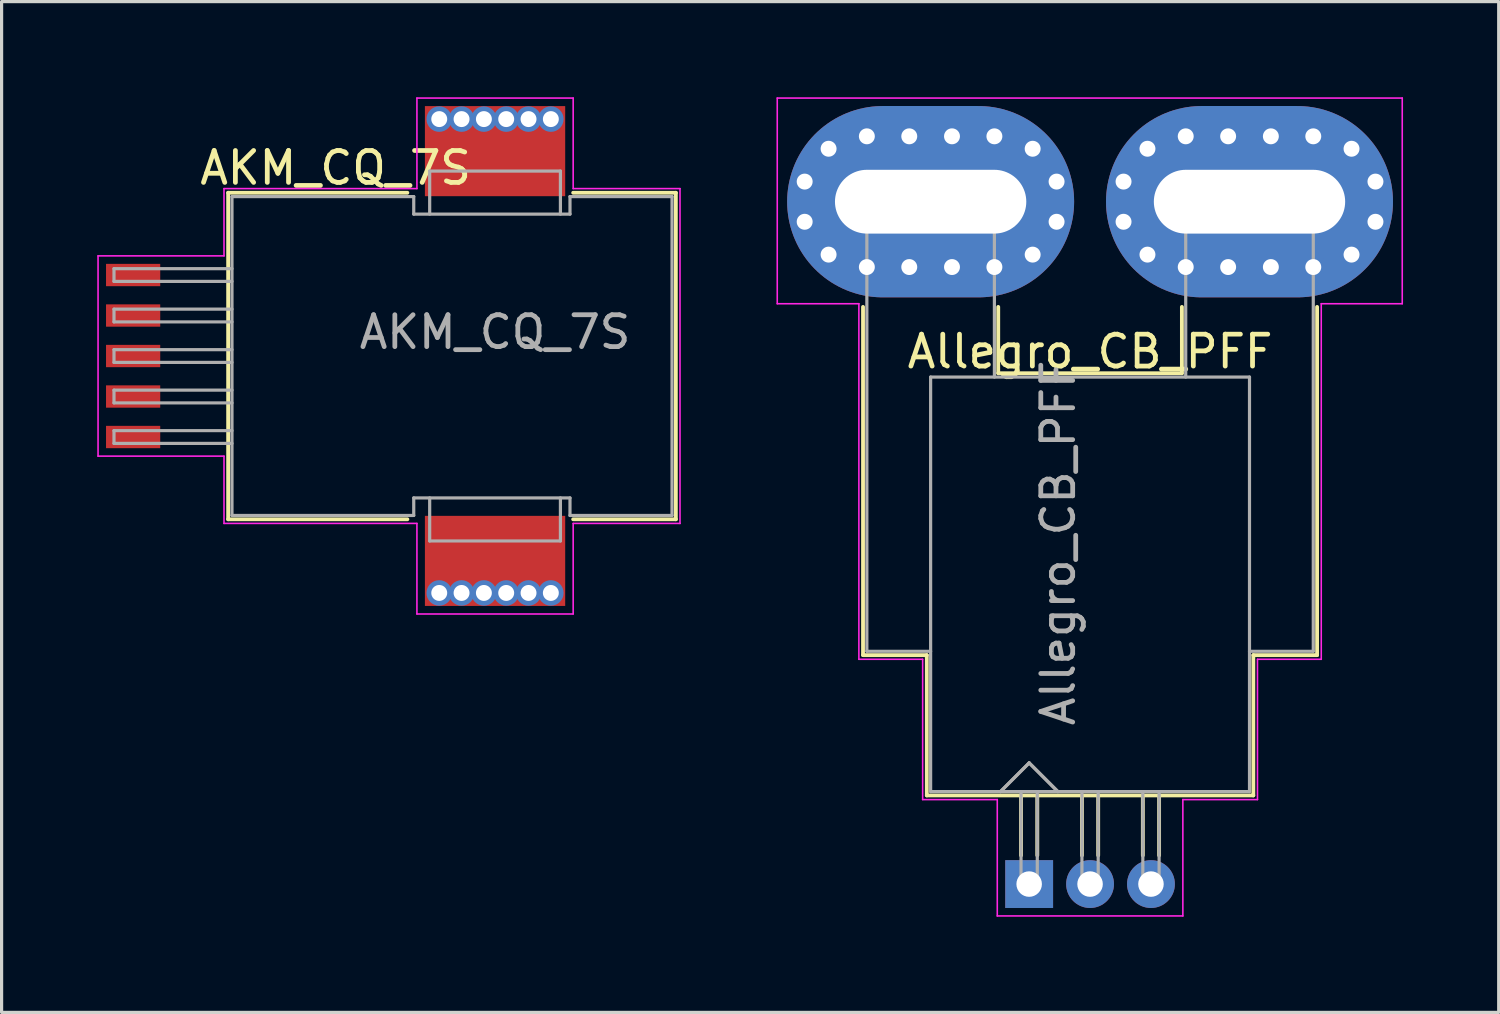
<source format=kicad_pcb>
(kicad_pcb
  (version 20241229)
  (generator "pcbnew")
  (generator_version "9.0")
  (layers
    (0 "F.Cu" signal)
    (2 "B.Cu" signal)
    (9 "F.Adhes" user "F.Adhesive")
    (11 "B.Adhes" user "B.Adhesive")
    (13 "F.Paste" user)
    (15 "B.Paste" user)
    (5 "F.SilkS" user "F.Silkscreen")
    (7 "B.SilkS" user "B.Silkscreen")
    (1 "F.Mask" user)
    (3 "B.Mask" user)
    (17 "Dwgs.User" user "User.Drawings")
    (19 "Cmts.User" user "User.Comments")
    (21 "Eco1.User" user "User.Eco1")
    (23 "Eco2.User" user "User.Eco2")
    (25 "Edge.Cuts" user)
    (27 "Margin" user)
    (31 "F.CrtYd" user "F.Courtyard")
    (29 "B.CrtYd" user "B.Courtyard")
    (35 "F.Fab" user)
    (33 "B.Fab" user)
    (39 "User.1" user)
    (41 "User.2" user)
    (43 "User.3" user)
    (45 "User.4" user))
  (footprint "Allegro_CB_PFF"
    (layer "F.Cu")
    (at 29.225 24.675)
    (property "Reference" "Allegro_CB_PFF" (at 1.91 -16.7 0) (layer "F.SilkS") (effects (font (size 1 1) (thickness 0.15))))
    (attr through_hole)
    (fp_line (start -5.21 -7.18) (end -5.21 -18.1) (stroke (width 0.12) (type solid)) (layer "F.SilkS"))
    (fp_line (start -3.21 -7.18) (end -5.21 -7.18) (stroke (width 0.12) (type solid)) (layer "F.SilkS"))
    (fp_line (start -3.21 -2.78) (end -3.21 -7.18) (stroke (width 0.12) (type solid)) (layer "F.SilkS"))
    (fp_line (start -0.97 -16.02) (end -0.97 -18.1) (stroke (width 0.12) (type solid)) (layer "F.SilkS"))
    (fp_line (start -0.97 -16.02) (end 4.79 -16.02) (stroke (width 0.12) (type solid)) (layer "F.SilkS"))
    (fp_line (start -0.255 -2.78) (end -0.255 -0.9) (stroke (width 0.12) (type solid)) (layer "F.SilkS"))
    (fp_line (start 0.255 -2.78) (end 0.255 -0.9) (stroke (width 0.12) (type solid)) (layer "F.SilkS"))
    (fp_line (start 1.655 -2.78) (end 1.655 -0.9) (stroke (width 0.12) (type solid)) (layer "F.SilkS"))
    (fp_line (start 2.165 -2.78) (end 2.165 -0.9) (stroke (width 0.12) (type solid)) (layer "F.SilkS"))
    (fp_line (start 3.565 -2.78) (end 3.565 -0.9) (stroke (width 0.12) (type solid)) (layer "F.SilkS"))
    (fp_line (start 4.075 -2.78) (end 4.075 -0.9) (stroke (width 0.12) (type solid)) (layer "F.SilkS"))
    (fp_line (start 4.79 -16.02) (end 4.79 -18.1) (stroke (width 0.12) (type solid)) (layer "F.SilkS"))
    (fp_line (start 7.03 -7.18) (end 9.03 -7.18) (stroke (width 0.12) (type solid)) (layer "F.SilkS"))
    (fp_line (start 7.03 -2.78) (end -3.21 -2.78) (stroke (width 0.12) (type solid)) (layer "F.SilkS"))
    (fp_line (start 7.03 -2.78) (end 7.03 -7.18) (stroke (width 0.12) (type solid)) (layer "F.SilkS"))
    (fp_line (start 9.03 -7.18) (end 9.03 -18.1) (stroke (width 0.12) (type solid)) (layer "F.SilkS"))
    (fp_line (start -7.9 -24.65) (end 11.7 -24.65) (stroke (width 0.05) (type solid)) (layer "F.CrtYd"))
    (fp_line (start -7.9 -18.2) (end -7.9 -24.65) (stroke (width 0.05) (type solid)) (layer "F.CrtYd"))
    (fp_line (start -7.9 -18.2) (end -5.34 -18.2) (stroke (width 0.05) (type solid)) (layer "F.CrtYd"))
    (fp_line (start -5.34 -7.05) (end -5.34 -18.2) (stroke (width 0.05) (type solid)) (layer "F.CrtYd"))
    (fp_line (start -3.34 -7.05) (end -5.34 -7.05) (stroke (width 0.05) (type solid)) (layer "F.CrtYd"))
    (fp_line (start -3.34 -7.05) (end -3.34 -2.65) (stroke (width 0.05) (type solid)) (layer "F.CrtYd"))
    (fp_line (start -1 -2.65) (end -3.34 -2.65) (stroke (width 0.05) (type solid)) (layer "F.CrtYd"))
    (fp_line (start -1 -2.65) (end -1 1) (stroke (width 0.05) (type solid)) (layer "F.CrtYd"))
    (fp_line (start 4.82 -2.65) (end 4.82 1) (stroke (width 0.05) (type solid)) (layer "F.CrtYd"))
    (fp_line (start 4.82 -2.65) (end 7.16 -2.65) (stroke (width 0.05) (type solid)) (layer "F.CrtYd"))
    (fp_line (start 4.82 1) (end -1 1) (stroke (width 0.05) (type solid)) (layer "F.CrtYd"))
    (fp_line (start 7.16 -7.05) (end 7.16 -2.65) (stroke (width 0.05) (type solid)) (layer "F.CrtYd"))
    (fp_line (start 7.16 -7.05) (end 9.16 -7.05) (stroke (width 0.05) (type solid)) (layer "F.CrtYd"))
    (fp_line (start 9.16 -18.2) (end 11.7 -18.2) (stroke (width 0.05) (type solid)) (layer "F.CrtYd"))
    (fp_line (start 9.16 -7.05) (end 9.16 -18.2) (stroke (width 0.05) (type solid)) (layer "F.CrtYd"))
    (fp_line (start 11.7 -24.65) (end 11.7 -18.2) (stroke (width 0.05) (type solid)) (layer "F.CrtYd"))
    (fp_line (start -5.09 -21.9) (end -1.09 -21.9) (stroke (width 0.1) (type solid)) (layer "F.Fab"))
    (fp_line (start -5.09 -7.3) (end -5.09 -21.9) (stroke (width 0.1) (type solid)) (layer "F.Fab"))
    (fp_line (start -5.09 -7.3) (end -3.09 -7.3) (stroke (width 0.1) (type solid)) (layer "F.Fab"))
    (fp_line (start -3.09 -15.9) (end -3.09 -2.9) (stroke (width 0.1) (type solid)) (layer "F.Fab"))
    (fp_line (start -3.09 -15.9) (end 6.91 -15.9) (stroke (width 0.1) (type solid)) (layer "F.Fab"))
    (fp_line (start -1.09 -15.9) (end -1.09 -21.9) (stroke (width 0.1) (type solid)) (layer "F.Fab"))
    (fp_line (start -0.9 -2.9) (end 0 -3.8) (stroke (width 0.1) (type solid)) (layer "F.Fab"))
    (fp_line (start -0.9 -2.9) (end 0 -3.8) (stroke (width 0.1) (type solid)) (layer "F.Fab"))
    (fp_line (start -0.255 -2.9) (end -0.255 0.19) (stroke (width 0.1) (type solid)) (layer "F.Fab"))
    (fp_line (start 0 -3.8) (end 0.9 -2.9) (stroke (width 0.1) (type solid)) (layer "F.Fab"))
    (fp_line (start 0 -3.8) (end 0.9 -2.9) (stroke (width 0.1) (type solid)) (layer "F.Fab"))
    (fp_line (start 0.255 -2.9) (end 0.255 0.19) (stroke (width 0.1) (type solid)) (layer "F.Fab"))
    (fp_line (start 1.655 -2.9) (end 1.655 0.19) (stroke (width 0.1) (type solid)) (layer "F.Fab"))
    (fp_line (start 2.165 -2.9) (end 2.165 0.19) (stroke (width 0.1) (type solid)) (layer "F.Fab"))
    (fp_line (start 3.565 -2.9) (end 3.565 0.19) (stroke (width 0.1) (type solid)) (layer "F.Fab"))
    (fp_line (start 4.075 -2.9) (end 4.075 0.19) (stroke (width 0.1) (type solid)) (layer "F.Fab"))
    (fp_line (start 4.91 -15.9) (end 4.91 -21.9) (stroke (width 0.1) (type solid)) (layer "F.Fab"))
    (fp_line (start 6.91 -15.9) (end 6.91 -2.9) (stroke (width 0.1) (type solid)) (layer "F.Fab"))
    (fp_line (start 6.91 -7.3) (end 8.91 -7.3) (stroke (width 0.1) (type solid)) (layer "F.Fab"))
    (fp_line (start 6.91 -2.9) (end -3.09 -2.9) (stroke (width 0.1) (type solid)) (layer "F.Fab"))
    (fp_line (start 8.91 -21.9) (end 4.91 -21.9) (stroke (width 0.1) (type solid)) (layer "F.Fab"))
    (fp_line (start 8.91 -7.3) (end 8.91 -21.9) (stroke (width 0.1) (type solid)) (layer "F.Fab"))
    (fp_text user "${REFERENCE}" (at 0.91 -10.7 90) (layer "F.Fab") (effects (font (size 1 1) (thickness 0.15))))
    (pad "1" thru_hole rect (at 0 0) (size 1.5 1.5) (drill 0.8) (layers "*.Cu" "*.Mask"))
    (pad "2" thru_hole circle (at 1.91 0) (size 1.5 1.5) (drill 0.8) (layers "*.Cu" "*.Mask"))
    (pad "3" thru_hole circle (at 3.82 0) (size 1.5 1.5) (drill 0.8) (layers "*.Cu" "*.Mask"))
    (pad "4" thru_hole oval (at 2.96 -22.03 65) (size 0.8 0.8) (drill 0.5) (layers "*.Cu" "*.Mask"))
    (pad "4" thru_hole oval (at 2.96 -20.77 295) (size 0.8 0.8) (drill 0.5) (layers "*.Cu" "*.Mask"))
    (pad "4" thru_hole circle (at 3.71 -23.06) (size 0.8 0.8) (drill 0.5) (layers "*.Cu" "*.Mask"))
    (pad "4" thru_hole circle (at 3.71 -19.74) (size 0.8 0.8) (drill 0.5) (layers "*.Cu" "*.Mask"))
    (pad "4" thru_hole circle (at 4.91 -23.45) (size 0.8 0.8) (drill 0.5) (layers "*.Cu" "*.Mask"))
    (pad "4" thru_hole circle (at 4.91 -19.35) (size 0.8 0.8) (drill 0.5) (layers "*.Cu" "*.Mask"))
    (pad "4" thru_hole circle (at 6.24 -23.45) (size 0.8 0.8) (drill 0.5) (layers "*.Cu" "*.Mask"))
    (pad "4" thru_hole circle (at 6.24 -19.35) (size 0.8 0.8) (drill 0.5) (layers "*.Cu" "*.Mask"))
    (pad "4" thru_hole oval (at 6.91 -21.4) (size 9 6) (drill oval 6 2) (layers "*.Cu" "*.Mask"))
    (pad "4" thru_hole circle (at 7.58 -23.45) (size 0.8 0.8) (drill 0.5) (layers "*.Cu" "*.Mask"))
    (pad "4" thru_hole circle (at 7.58 -19.35) (size 0.8 0.8) (drill 0.5) (layers "*.Cu" "*.Mask"))
    (pad "4" thru_hole circle (at 8.91 -23.45) (size 0.8 0.8) (drill 0.5) (layers "*.Cu" "*.Mask"))
    (pad "4" thru_hole circle (at 8.91 -19.35) (size 0.8 0.8) (drill 0.5) (layers "*.Cu" "*.Mask"))
    (pad "4" thru_hole circle (at 10.11 -23.06) (size 0.8 0.8) (drill 0.5) (layers "*.Cu" "*.Mask"))
    (pad "4" thru_hole circle (at 10.11 -19.74) (size 0.8 0.8) (drill 0.5) (layers "*.Cu" "*.Mask"))
    (pad "4" thru_hole circle (at 10.86 -22.03) (size 0.8 0.8) (drill 0.5) (layers "*.Cu" "*.Mask"))
    (pad "4" thru_hole circle (at 10.86 -20.77) (size 0.8 0.8) (drill 0.5) (layers "*.Cu" "*.Mask"))
    (pad "5" thru_hole circle (at -7.04 -22.03) (size 0.8 0.8) (drill 0.5) (layers "*.Cu" "*.Mask"))
    (pad "5" thru_hole circle (at -7.04 -20.77) (size 0.8 0.8) (drill 0.5) (layers "*.Cu" "*.Mask"))
    (pad "5" thru_hole circle (at -6.29 -23.06) (size 0.8 0.8) (drill 0.5) (layers "*.Cu" "*.Mask"))
    (pad "5" thru_hole circle (at -6.29 -19.74) (size 0.8 0.8) (drill 0.5) (layers "*.Cu" "*.Mask"))
    (pad "5" thru_hole circle (at -5.09 -23.45) (size 0.8 0.8) (drill 0.5) (layers "*.Cu" "*.Mask"))
    (pad "5" thru_hole circle (at -5.09 -19.35) (size 0.8 0.8) (drill 0.5) (layers "*.Cu" "*.Mask"))
    (pad "5" thru_hole circle (at -3.76 -23.45) (size 0.8 0.8) (drill 0.5) (layers "*.Cu" "*.Mask"))
    (pad "5" thru_hole circle (at -3.76 -19.35) (size 0.8 0.8) (drill 0.5) (layers "*.Cu" "*.Mask"))
    (pad "5" thru_hole oval (at -3.09 -21.4) (size 9 6) (drill oval 6 2) (layers "*.Cu" "*.Mask"))
    (pad "5" thru_hole circle (at -2.42 -23.45) (size 0.8 0.8) (drill 0.5) (layers "*.Cu" "*.Mask"))
    (pad "5" thru_hole circle (at -2.42 -19.35) (size 0.8 0.8) (drill 0.5) (layers "*.Cu" "*.Mask"))
    (pad "5" thru_hole circle (at -1.09 -23.45) (size 0.8 0.8) (drill 0.5) (layers "*.Cu" "*.Mask"))
    (pad "5" thru_hole circle (at -1.09 -19.35) (size 0.8 0.8) (drill 0.5) (layers "*.Cu" "*.Mask"))
    (pad "5" thru_hole circle (at 0.11 -23.06) (size 0.8 0.8) (drill 0.5) (layers "*.Cu" "*.Mask"))
    (pad "5" thru_hole circle (at 0.11 -19.74) (size 0.8 0.8) (drill 0.5) (layers "*.Cu" "*.Mask"))
    (pad "5" thru_hole oval (at 0.86 -22.03 295) (size 0.8 0.8) (drill 0.5) (layers "*.Cu" "*.Mask"))
    (pad "5" thru_hole oval (at 0.86 -20.77 65) (size 0.8 0.8) (drill 0.5) (layers "*.Cu" "*.Mask")))
  (footprint "AKM_CQ_7S"
    (layer "F.Cu")
    (at 7.475 8.115)
    (property "Reference" "AKM_CQ_7S" (at 0 -5.9 0) (layer "F.SilkS") (effects (font (size 1 1) (thickness 0.15))))
    (attr smd)
    (fp_line (start -3.37 -5.12) (end -3.37 5.12) (stroke (width 0.12) (type solid)) (layer "F.SilkS"))
    (fp_line (start 2.25 -5.12) (end -3.37 -5.12) (stroke (width 0.12) (type solid)) (layer "F.SilkS"))
    (fp_line (start 2.25 5.12) (end -3.37 5.12) (stroke (width 0.12) (type solid)) (layer "F.SilkS"))
    (fp_line (start 10.67 -5.12) (end 7.45 -5.12) (stroke (width 0.12) (type solid)) (layer "F.SilkS"))
    (fp_line (start 10.67 5.12) (end 7.45 5.12) (stroke (width 0.12) (type solid)) (layer "F.SilkS"))
    (fp_line (start 10.67 5.12) (end 10.67 -5.12) (stroke (width 0.12) (type solid)) (layer "F.SilkS"))
    (fp_line (start -7.45 -3.14) (end -7.45 3.14) (stroke (width 0.05) (type solid)) (layer "F.CrtYd"))
    (fp_line (start -7.45 -3.14) (end -3.5 -3.14) (stroke (width 0.05) (type solid)) (layer "F.CrtYd"))
    (fp_line (start -7.45 3.14) (end -3.5 3.14) (stroke (width 0.05) (type solid)) (layer "F.CrtYd"))
    (fp_line (start -3.5 -5.25) (end 2.55 -5.25) (stroke (width 0.05) (type solid)) (layer "F.CrtYd"))
    (fp_line (start -3.5 -3.14) (end -3.5 -5.25) (stroke (width 0.05) (type solid)) (layer "F.CrtYd"))
    (fp_line (start -3.5 3.14) (end -3.5 5.25) (stroke (width 0.05) (type solid)) (layer "F.CrtYd"))
    (fp_line (start -3.5 5.25) (end 2.55 5.25) (stroke (width 0.05) (type solid)) (layer "F.CrtYd"))
    (fp_line (start 2.55 -5.25) (end 2.55 -8.09) (stroke (width 0.05) (type solid)) (layer "F.CrtYd"))
    (fp_line (start 2.55 5.25) (end 2.55 8.09) (stroke (width 0.05) (type solid)) (layer "F.CrtYd"))
    (fp_line (start 7.45 -8.09) (end 2.55 -8.09) (stroke (width 0.05) (type solid)) (layer "F.CrtYd"))
    (fp_line (start 7.45 -5.25) (end 7.45 -8.09) (stroke (width 0.05) (type solid)) (layer "F.CrtYd"))
    (fp_line (start 7.45 5.25) (end 7.45 8.09) (stroke (width 0.05) (type solid)) (layer "F.CrtYd"))
    (fp_line (start 7.45 8.09) (end 2.55 8.09) (stroke (width 0.05) (type solid)) (layer "F.CrtYd"))
    (fp_line (start 10.8 -5.25) (end 7.45 -5.25) (stroke (width 0.05) (type solid)) (layer "F.CrtYd"))
    (fp_line (start 10.8 5.25) (end 7.45 5.25) (stroke (width 0.05) (type solid)) (layer "F.CrtYd"))
    (fp_line (start 10.8 5.25) (end 10.8 -5.25) (stroke (width 0.05) (type solid)) (layer "F.CrtYd"))
    (fp_line (start -6.95 -2.74) (end -6.95 -2.34) (stroke (width 0.1) (type solid)) (layer "F.Fab"))
    (fp_line (start -6.95 -2.34) (end -3.25 -2.34) (stroke (width 0.1) (type solid)) (layer "F.Fab"))
    (fp_line (start -6.95 -1.47) (end -6.95 -1.07) (stroke (width 0.1) (type solid)) (layer "F.Fab"))
    (fp_line (start -6.95 -1.07) (end -3.25 -1.07) (stroke (width 0.1) (type solid)) (layer "F.Fab"))
    (fp_line (start -6.95 -0.2) (end -6.95 0.2) (stroke (width 0.1) (type solid)) (layer "F.Fab"))
    (fp_line (start -6.95 0.2) (end -3.25 0.2) (stroke (width 0.1) (type solid)) (layer "F.Fab"))
    (fp_line (start -6.95 1.07) (end -6.95 1.47) (stroke (width 0.1) (type solid)) (layer "F.Fab"))
    (fp_line (start -6.95 1.47) (end -3.25 1.47) (stroke (width 0.1) (type solid)) (layer "F.Fab"))
    (fp_line (start -6.95 2.34) (end -6.95 2.74) (stroke (width 0.1) (type solid)) (layer "F.Fab"))
    (fp_line (start -6.95 2.74) (end -3.25 2.74) (stroke (width 0.1) (type solid)) (layer "F.Fab"))
    (fp_line (start -3.25 -5) (end -3.25 5) (stroke (width 0.1) (type solid)) (layer "F.Fab"))
    (fp_line (start -3.25 -2.74) (end -6.95 -2.74) (stroke (width 0.1) (type solid)) (layer "F.Fab"))
    (fp_line (start -3.25 -1.47) (end -6.95 -1.47) (stroke (width 0.1) (type solid)) (layer "F.Fab"))
    (fp_line (start -3.25 -0.2) (end -6.95 -0.2) (stroke (width 0.1) (type solid)) (layer "F.Fab"))
    (fp_line (start -3.25 1.07) (end -6.95 1.07) (stroke (width 0.1) (type solid)) (layer "F.Fab"))
    (fp_line (start -3.25 2.34) (end -6.95 2.34) (stroke (width 0.1) (type solid)) (layer "F.Fab"))
    (fp_line (start 2.45 -5) (end -3.25 -5) (stroke (width 0.1) (type solid)) (layer "F.Fab"))
    (fp_line (start 2.45 -5) (end 2.45 -4.45) (stroke (width 0.1) (type solid)) (layer "F.Fab"))
    (fp_line (start 2.45 5) (end -3.25 5) (stroke (width 0.1) (type solid)) (layer "F.Fab"))
    (fp_line (start 2.45 5) (end 2.45 4.45) (stroke (width 0.1) (type solid)) (layer "F.Fab"))
    (fp_line (start 2.95 -5.8) (end 2.95 -4.45) (stroke (width 0.1) (type solid)) (layer "F.Fab"))
    (fp_line (start 2.95 5.8) (end 2.95 4.45) (stroke (width 0.1) (type solid)) (layer "F.Fab"))
    (fp_line (start 7.05 -5.8) (end 2.95 -5.8) (stroke (width 0.1) (type solid)) (layer "F.Fab"))
    (fp_line (start 7.05 -4.45) (end 7.05 -5.8) (stroke (width 0.1) (type solid)) (layer "F.Fab"))
    (fp_line (start 7.05 4.45) (end 7.05 5.8) (stroke (width 0.1) (type solid)) (layer "F.Fab"))
    (fp_line (start 7.05 5.8) (end 2.95 5.8) (stroke (width 0.1) (type solid)) (layer "F.Fab"))
    (fp_line (start 7.35 -5) (end 7.35 -4.45) (stroke (width 0.1) (type solid)) (layer "F.Fab"))
    (fp_line (start 7.35 -4.45) (end 2.45 -4.45) (stroke (width 0.1) (type solid)) (layer "F.Fab"))
    (fp_line (start 7.35 4.45) (end 2.45 4.45) (stroke (width 0.1) (type solid)) (layer "F.Fab"))
    (fp_line (start 7.35 5) (end 7.35 4.45) (stroke (width 0.1) (type solid)) (layer "F.Fab"))
    (fp_line (start 10.55 -5) (end 7.35 -5) (stroke (width 0.1) (type solid)) (layer "F.Fab"))
    (fp_line (start 10.55 5) (end 7.35 5) (stroke (width 0.1) (type solid)) (layer "F.Fab"))
    (fp_line (start 10.55 5) (end 10.55 -5) (stroke (width 0.1) (type solid)) (layer "F.Fab"))
    (fp_text user "${REFERENCE}" (at 5 -0.75 0) (layer "F.Fab") (effects (font (size 1 1) (thickness 0.15))))
    (pad "1" smd rect (at -6.35 -2.54) (size 1.7 0.7) (layers "F.Cu" "F.Mask" "F.Paste"))
    (pad "2" smd rect (at -6.35 -1.27) (size 1.7 0.7) (layers "F.Cu" "F.Mask" "F.Paste"))
    (pad "3" smd rect (at -6.35 0) (size 1.7 0.7) (layers "F.Cu" "F.Mask" "F.Paste"))
    (pad "4" smd rect (at -6.35 1.27) (size 1.7 0.7) (layers "F.Cu" "F.Mask" "F.Paste"))
    (pad "5" smd rect (at -6.35 2.54) (size 1.7 0.7) (layers "F.Cu" "F.Mask" "F.Paste"))
    (pad "6" thru_hole circle (at 3.25 7.43) (size 0.8 0.8) (drill 0.5) (layers "*.Cu" "*.Mask"))
    (pad "6" thru_hole circle (at 3.95 7.43) (size 0.8 0.8) (drill 0.5) (layers "*.Cu" "*.Mask"))
    (pad "6" thru_hole circle (at 4.65 7.43) (size 0.8 0.8) (drill 0.5) (layers "*.Cu" "*.Mask"))
    (pad "6" smd rect (at 5 6.425) (size 4.4 2.825) (layers "F.Cu" "F.Mask" "F.Paste"))
    (pad "6" thru_hole circle (at 5.35 7.43) (size 0.8 0.8) (drill 0.5) (layers "*.Cu" "*.Mask"))
    (pad "6" thru_hole circle (at 6.05 7.43) (size 0.8 0.8) (drill 0.5) (layers "*.Cu" "*.Mask"))
    (pad "6" thru_hole circle (at 6.75 7.43) (size 0.8 0.8) (drill 0.5) (layers "*.Cu" "*.Mask"))
    (pad "7" thru_hole circle (at 3.25 -7.43) (size 0.8 0.8) (drill 0.5) (layers "*.Cu" "*.Mask"))
    (pad "7" thru_hole circle (at 3.95 -7.43) (size 0.8 0.8) (drill 0.5) (layers "*.Cu" "*.Mask"))
    (pad "7" thru_hole circle (at 4.65 -7.43) (size 0.8 0.8) (drill 0.5) (layers "*.Cu" "*.Mask"))
    (pad "7" smd rect (at 5 -6.425) (size 4.4 2.825) (layers "F.Cu" "F.Mask" "F.Paste"))
    (pad "7" thru_hole circle (at 5.35 -7.43) (size 0.8 0.8) (drill 0.5) (layers "*.Cu" "*.Mask"))
    (pad "7" thru_hole circle (at 6.05 -7.43) (size 0.8 0.8) (drill 0.5) (layers "*.Cu" "*.Mask"))
    (pad "7" thru_hole circle (at 6.75 -7.43) (size 0.8 0.8) (drill 0.5) (layers "*.Cu" "*.Mask")))
  (gr_rect
    (start -3 -3)
    (end 43.95 28.7)
    (stroke (width 0.1) (type default))
    (fill no)
    (layer "Edge.Cuts")))
</source>
